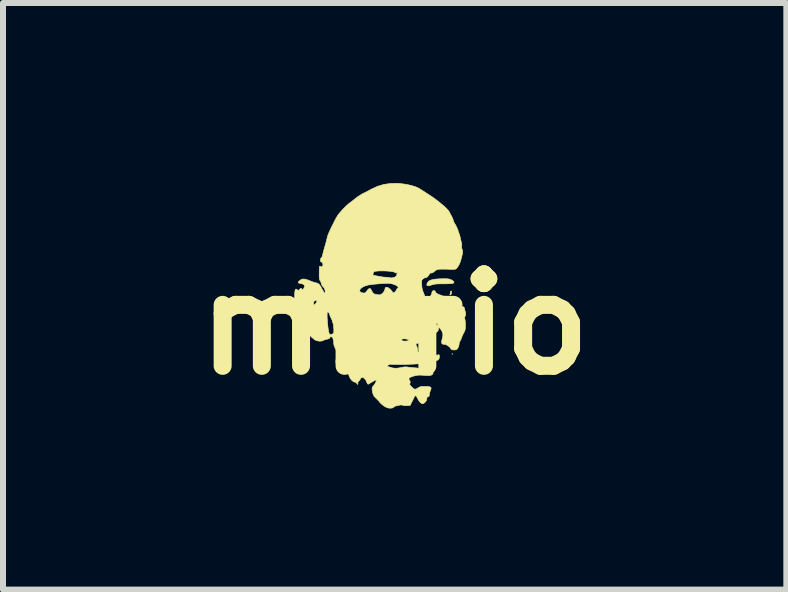
<source format=kicad_pcb>
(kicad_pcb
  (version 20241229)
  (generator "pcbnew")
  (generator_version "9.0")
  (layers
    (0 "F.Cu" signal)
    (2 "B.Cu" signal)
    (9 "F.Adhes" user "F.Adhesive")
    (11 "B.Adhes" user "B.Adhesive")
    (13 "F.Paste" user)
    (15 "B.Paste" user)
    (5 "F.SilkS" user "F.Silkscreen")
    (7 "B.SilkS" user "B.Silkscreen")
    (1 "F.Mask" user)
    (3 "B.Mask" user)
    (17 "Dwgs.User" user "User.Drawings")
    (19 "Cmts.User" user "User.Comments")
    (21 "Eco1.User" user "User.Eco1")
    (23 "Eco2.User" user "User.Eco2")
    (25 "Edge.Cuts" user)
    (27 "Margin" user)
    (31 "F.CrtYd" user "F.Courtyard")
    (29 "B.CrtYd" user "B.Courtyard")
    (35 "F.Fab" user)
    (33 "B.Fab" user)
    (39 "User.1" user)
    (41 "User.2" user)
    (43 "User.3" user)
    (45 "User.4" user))
  (footprint "mbrio"
    (layer "F.Cu")
    (at 3.527 2.357)
    (property "Reference" "mbrio" (at 0 0 0) (layer "F.SilkS") (effects (font (size 1.524 1.524) (thickness 0.3))))
    (attr through_hole)
    (fp_poly (pts (xy 0.962 0.485) (xy 0.963 0.495) (xy 0.962 0.497) (xy 0.957 0.496) (xy 0.957 0.491) (xy 0.96 0.484) (xy 0.962 0.485)) (stroke (width 0.01) (type solid)) (fill yes) (layer "F.SilkS"))
    (fp_poly (pts (xy 0.946 -0.552) (xy 0.948 -0.535) (xy 0.946 -0.517) (xy 0.939 -0.502) (xy 0.938 -0.501) (xy 0.925 -0.492) (xy 0.919 -0.495) (xy 0.923 -0.507) (xy 0.93 -0.529) (xy 0.931 -0.541) (xy 0.935 -0.555) (xy 0.94 -0.559) (xy 0.946 -0.552)) (stroke (width 0.01) (type solid)) (fill yes) (layer "F.SilkS"))
    (fp_poly (pts (xy 0.851 -0.762) (xy 0.882 -0.76) (xy 0.906 -0.757) (xy 0.925 -0.751) (xy 0.944 -0.743) (xy 0.949 -0.741) (xy 0.977 -0.723) (xy 0.989 -0.707) (xy 0.985 -0.694) (xy 0.974 -0.686) (xy 0.96 -0.683) (xy 0.932 -0.68) (xy 0.892 -0.679) (xy 0.843 -0.677) (xy 0.815 -0.677) (xy 0.759 -0.677) (xy 0.716 -0.676) (xy 0.684 -0.674) (xy 0.659 -0.67) (xy 0.637 -0.665) (xy 0.622 -0.66) (xy 0.584 -0.649) (xy 0.558 -0.644) (xy 0.543 -0.647) (xy 0.537 -0.655) (xy 0.537 -0.674) (xy 0.548 -0.697) (xy 0.565 -0.718) (xy 0.582 -0.731) (xy 0.62 -0.745) (xy 0.673 -0.755) (xy 0.74 -0.76) (xy 0.806 -0.762) (xy 0.851 -0.762)) (stroke (width 0.01) (type solid)) (fill yes) (layer "F.SilkS"))
    (fp_poly (pts (xy 0.15 -2.341) (xy 0.221 -2.329) (xy 0.286 -2.313) (xy 0.341 -2.297) (xy 0.384 -2.279) (xy 0.394 -2.274) (xy 0.411 -2.264) (xy 0.44 -2.246) (xy 0.478 -2.222) (xy 0.521 -2.194) (xy 0.568 -2.164) (xy 0.576 -2.159) (xy 0.637 -2.118) (xy 0.697 -2.074) (xy 0.753 -2.03) (xy 0.804 -1.988) (xy 0.848 -1.948) (xy 0.883 -1.912) (xy 0.906 -1.883) (xy 0.915 -1.867) (xy 0.926 -1.844) (xy 0.941 -1.816) (xy 0.949 -1.803) (xy 0.963 -1.775) (xy 0.974 -1.745) (xy 0.977 -1.734) (xy 0.986 -1.707) (xy 0.999 -1.683) (xy 1 -1.682) (xy 1.012 -1.663) (xy 1.026 -1.636) (xy 1.04 -1.606) (xy 1.052 -1.579) (xy 1.058 -1.559) (xy 1.058 -1.556) (xy 1.062 -1.541) (xy 1.071 -1.521) (xy 1.079 -1.5) (xy 1.088 -1.47) (xy 1.093 -1.445) (xy 1.1 -1.412) (xy 1.108 -1.38) (xy 1.113 -1.363) (xy 1.119 -1.326) (xy 1.116 -1.308) (xy 1.115 -1.279) (xy 1.123 -1.254) (xy 1.129 -1.237) (xy 1.132 -1.219) (xy 1.131 -1.196) (xy 1.126 -1.165) (xy 1.116 -1.122) (xy 1.115 -1.118) (xy 1.098 -1.056) (xy 1.079 -1.008) (xy 1.057 -0.968) (xy 1.031 -0.934) (xy 1.024 -0.928) (xy 1.016 -0.923) (xy 1.004 -0.92) (xy 0.985 -0.919) (xy 0.957 -0.919) (xy 0.917 -0.919) (xy 0.876 -0.921) (xy 0.817 -0.922) (xy 0.771 -0.922) (xy 0.737 -0.92) (xy 0.711 -0.914) (xy 0.69 -0.905) (xy 0.671 -0.892) (xy 0.655 -0.878) (xy 0.631 -0.861) (xy 0.612 -0.857) (xy 0.609 -0.858) (xy 0.594 -0.857) (xy 0.582 -0.845) (xy 0.577 -0.836) (xy 0.554 -0.802) (xy 0.531 -0.783) (xy 0.512 -0.779) (xy 0.491 -0.773) (xy 0.47 -0.759) (xy 0.469 -0.757) (xy 0.458 -0.746) (xy 0.452 -0.734) (xy 0.449 -0.718) (xy 0.449 -0.693) (xy 0.451 -0.662) (xy 0.453 -0.627) (xy 0.458 -0.597) (xy 0.466 -0.566) (xy 0.479 -0.53) (xy 0.495 -0.491) (xy 0.516 -0.438) (xy 0.533 -0.399) (xy 0.544 -0.369) (xy 0.551 -0.348) (xy 0.556 -0.332) (xy 0.558 -0.319) (xy 0.558 -0.307) (xy 0.558 -0.3) (xy 0.563 -0.26) (xy 0.573 -0.227) (xy 0.589 -0.206) (xy 0.594 -0.203) (xy 0.604 -0.199) (xy 0.608 -0.205) (xy 0.61 -0.224) (xy 0.61 -0.228) (xy 0.607 -0.256) (xy 0.603 -0.275) (xy 1.03 -0.275) (xy 1.033 -0.27) (xy 1.044 -0.265) (xy 1.068 -0.259) (xy 1.084 -0.255) (xy 1.094 -0.258) (xy 1.1 -0.262) (xy 1.106 -0.269) (xy 1.098 -0.275) (xy 1.088 -0.279) (xy 1.062 -0.286) (xy 1.042 -0.285) (xy 1.031 -0.276) (xy 1.03 -0.275) (xy 0.603 -0.275) (xy 0.602 -0.282) (xy 0.601 -0.285) (xy 0.596 -0.304) (xy 0.591 -0.334) (xy 0.586 -0.371) (xy 0.584 -0.385) (xy 0.581 -0.421) (xy 0.58 -0.445) (xy 0.582 -0.459) (xy 0.587 -0.468) (xy 0.596 -0.476) (xy 0.598 -0.477) (xy 0.615 -0.5) (xy 0.618 -0.517) (xy 0.623 -0.542) (xy 0.636 -0.559) (xy 0.652 -0.566) (xy 0.668 -0.56) (xy 0.68 -0.543) (xy 0.688 -0.528) (xy 0.704 -0.515) (xy 0.731 -0.502) (xy 0.744 -0.497) (xy 0.775 -0.486) (xy 0.802 -0.476) (xy 0.819 -0.47) (xy 0.834 -0.461) (xy 0.838 -0.452) (xy 0.845 -0.441) (xy 0.863 -0.429) (xy 0.868 -0.426) (xy 0.89 -0.411) (xy 0.897 -0.394) (xy 0.897 -0.393) (xy 0.905 -0.376) (xy 0.927 -0.364) (xy 0.96 -0.357) (xy 1.002 -0.357) (xy 1.036 -0.357) (xy 1.057 -0.352) (xy 1.066 -0.34) (xy 1.067 -0.331) (xy 1.074 -0.317) (xy 1.093 -0.306) (xy 1.119 -0.298) (xy 1.135 -0.296) (xy 1.153 -0.29) (xy 1.163 -0.27) (xy 1.165 -0.259) (xy 1.169 -0.24) (xy 1.176 -0.214) (xy 1.178 -0.206) (xy 1.184 -0.18) (xy 1.182 -0.16) (xy 1.174 -0.14) (xy 1.166 -0.116) (xy 1.167 -0.096) (xy 1.17 -0.087) (xy 1.174 -0.068) (xy 1.177 -0.038) (xy 1.179 -0.001) (xy 1.179 0.014) (xy 1.178 0.052) (xy 1.176 0.079) (xy 1.17 0.101) (xy 1.16 0.124) (xy 1.149 0.145) (xy 1.132 0.178) (xy 1.118 0.211) (xy 1.11 0.234) (xy 1.101 0.258) (xy 1.091 0.276) (xy 1.088 0.279) (xy 1.079 0.295) (xy 1.075 0.317) (xy 1.075 0.319) (xy 1.07 0.352) (xy 1.058 0.384) (xy 1.041 0.41) (xy 1.033 0.417) (xy 1.015 0.423) (xy 0.989 0.425) (xy 0.981 0.425) (xy 0.956 0.421) (xy 0.942 0.412) (xy 0.931 0.395) (xy 0.913 0.373) (xy 0.885 0.352) (xy 0.852 0.336) (xy 0.822 0.33) (xy 0.821 0.33) (xy 0.797 0.327) (xy 0.785 0.314) (xy 0.782 0.291) (xy 0.788 0.256) (xy 0.79 0.25) (xy 0.8 0.208) (xy 0.804 0.176) (xy 0.801 0.15) (xy 0.792 0.122) (xy 0.791 0.12) (xy 0.778 0.095) (xy 0.761 0.072) (xy 0.745 0.056) (xy 0.735 0.051) (xy 0.73 0.058) (xy 0.728 0.076) (xy 0.728 0.079) (xy 0.726 0.096) (xy 0.717 0.112) (xy 0.698 0.129) (xy 0.687 0.138) (xy 0.661 0.159) (xy 0.63 0.187) (xy 0.598 0.218) (xy 0.587 0.229) (xy 0.556 0.259) (xy 0.53 0.28) (xy 0.503 0.294) (xy 0.471 0.302) (xy 0.429 0.308) (xy 0.413 0.31) (xy 0.382 0.313) (xy 0.365 0.318) (xy 0.357 0.324) (xy 0.356 0.333) (xy 0.361 0.355) (xy 0.369 0.368) (xy 0.377 0.387) (xy 0.381 0.413) (xy 0.381 0.42) (xy 0.384 0.445) (xy 0.391 0.463) (xy 0.401 0.471) (xy 0.412 0.465) (xy 0.412 0.464) (xy 0.419 0.449) (xy 0.426 0.426) (xy 0.428 0.419) (xy 0.436 0.385) (xy 0.483 0.383) (xy 0.525 0.381) (xy 0.555 0.385) (xy 0.579 0.396) (xy 0.6 0.416) (xy 0.625 0.448) (xy 0.627 0.45) (xy 0.647 0.476) (xy 0.663 0.495) (xy 0.673 0.504) (xy 0.675 0.505) (xy 0.685 0.505) (xy 0.691 0.509) (xy 0.706 0.513) (xy 0.713 0.511) (xy 0.731 0.503) (xy 0.741 0.508) (xy 0.745 0.527) (xy 0.745 0.537) (xy 0.742 0.564) (xy 0.732 0.583) (xy 0.712 0.597) (xy 0.68 0.607) (xy 0.646 0.614) (xy 0.603 0.622) (xy 0.558 0.631) (xy 0.52 0.638) (xy 0.467 0.647) (xy 0.4 0.655) (xy 0.322 0.66) (xy 0.235 0.664) (xy 0.144 0.667) (xy 0.05 0.667) (xy -0.043 0.665) (xy -0.132 0.662) (xy -0.215 0.656) (xy -0.216 0.656) (xy -0.266 0.654) (xy -0.304 0.657) (xy -0.331 0.665) (xy -0.342 0.678) (xy -0.343 0.682) (xy -0.342 0.689) (xy -0.337 0.693) (xy -0.326 0.696) (xy -0.306 0.697) (xy -0.273 0.697) (xy -0.237 0.696) (xy -0.187 0.695) (xy -0.15 0.696) (xy -0.122 0.699) (xy -0.099 0.705) (xy -0.093 0.707) (xy -0.038 0.724) (xy 0.011 0.73) (xy 0.063 0.726) (xy 0.099 0.719) (xy 0.139 0.711) (xy 0.171 0.707) (xy 0.202 0.708) (xy 0.23 0.712) (xy 0.262 0.716) (xy 0.306 0.72) (xy 0.356 0.724) (xy 0.406 0.728) (xy 0.415 0.728) (xy 0.461 0.731) (xy 0.502 0.734) (xy 0.535 0.738) (xy 0.556 0.74) (xy 0.56 0.741) (xy 0.579 0.75) (xy 0.602 0.768) (xy 0.614 0.78) (xy 0.633 0.799) (xy 0.64 0.811) (xy 0.639 0.82) (xy 0.631 0.829) (xy 0.618 0.84) (xy 0.601 0.848) (xy 0.577 0.851) (xy 0.543 0.851) (xy 0.496 0.849) (xy 0.479 0.847) (xy 0.43 0.844) (xy 0.389 0.845) (xy 0.351 0.851) (xy 0.31 0.862) (xy 0.26 0.88) (xy 0.256 0.881) (xy 0.24 0.894) (xy 0.239 0.915) (xy 0.251 0.939) (xy 0.26 0.957) (xy 0.256 0.976) (xy 0.255 0.98) (xy 0.25 0.993) (xy 0.252 1.005) (xy 0.263 1.02) (xy 0.281 1.039) (xy 0.308 1.064) (xy 0.328 1.077) (xy 0.348 1.079) (xy 0.37 1.07) (xy 0.387 1.059) (xy 0.407 1.047) (xy 0.424 1.039) (xy 0.444 1.035) (xy 0.472 1.033) (xy 0.505 1.033) (xy 0.545 1.034) (xy 0.572 1.036) (xy 0.589 1.041) (xy 0.596 1.046) (xy 0.604 1.054) (xy 0.608 1.06) (xy 0.607 1.069) (xy 0.601 1.086) (xy 0.593 1.107) (xy 0.583 1.137) (xy 0.577 1.165) (xy 0.576 1.177) (xy 0.573 1.196) (xy 0.563 1.202) (xy 0.56 1.202) (xy 0.543 1.209) (xy 0.535 1.231) (xy 0.533 1.25) (xy 0.527 1.271) (xy 0.511 1.293) (xy 0.49 1.311) (xy 0.471 1.321) (xy 0.467 1.321) (xy 0.442 1.313) (xy 0.416 1.289) (xy 0.392 1.251) (xy 0.384 1.236) (xy 0.367 1.204) (xy 0.352 1.189) (xy 0.339 1.19) (xy 0.33 1.202) (xy 0.323 1.215) (xy 0.312 1.239) (xy 0.297 1.27) (xy 0.29 1.283) (xy 0.257 1.35) (xy 0.207 1.353) (xy 0.176 1.353) (xy 0.148 1.35) (xy 0.136 1.346) (xy 0.113 1.341) (xy 0.083 1.344) (xy 0.071 1.347) (xy 0.044 1.353) (xy 0.022 1.358) (xy 0.015 1.359) (xy -0.001 1.367) (xy -0.016 1.379) (xy -0.042 1.393) (xy -0.08 1.395) (xy -0.106 1.392) (xy -0.148 1.377) (xy -0.191 1.35) (xy -0.23 1.317) (xy -0.247 1.298) (xy -0.271 1.269) (xy -0.297 1.243) (xy -0.314 1.227) (xy -0.345 1.193) (xy -0.365 1.146) (xy -0.375 1.09) (xy -0.376 1.063) (xy -0.371 1.045) (xy -0.358 1.027) (xy -0.351 1.019) (xy -0.334 0.997) (xy -0.319 0.972) (xy -0.309 0.949) (xy -0.305 0.931) (xy -0.307 0.926) (xy -0.316 0.928) (xy -0.335 0.936) (xy -0.36 0.948) (xy -0.386 0.963) (xy -0.409 0.977) (xy -0.425 0.988) (xy -0.425 0.988) (xy -0.44 0.996) (xy -0.452 0.99) (xy -0.463 0.969) (xy -0.467 0.956) (xy -0.481 0.927) (xy -0.502 0.902) (xy -0.526 0.885) (xy -0.543 0.881) (xy -0.559 0.889) (xy -0.571 0.908) (xy -0.584 0.93) (xy -0.6 0.946) (xy -0.601 0.946) (xy -0.613 0.96) (xy -0.613 0.978) (xy -0.613 0.995) (xy -0.619 0.999) (xy -0.628 0.988) (xy -0.631 0.982) (xy -0.641 0.968) (xy -0.649 0.965) (xy -0.68 0.957) (xy -0.71 0.936) (xy -0.736 0.905) (xy -0.74 0.898) (xy -0.752 0.874) (xy -0.76 0.855) (xy -0.762 0.848) (xy -0.767 0.836) (xy -0.779 0.815) (xy -0.796 0.789) (xy -0.815 0.763) (xy -0.833 0.74) (xy -0.843 0.73) (xy -0.858 0.71) (xy -0.863 0.683) (xy -0.864 0.675) (xy -0.871 0.632) (xy -0.893 0.595) (xy -0.922 0.571) (xy -0.943 0.553) (xy -0.956 0.531) (xy -0.96 0.51) (xy -0.953 0.498) (xy -0.95 0.49) (xy -0.952 0.477) (xy -0.96 0.455) (xy -0.977 0.422) (xy -0.979 0.417) (xy -0.998 0.379) (xy -1.009 0.351) (xy -1.015 0.326) (xy -1.016 0.299) (xy -1.02 0.262) (xy -1.023 0.252) (xy 0.112 0.252) (xy 0.119 0.264) (xy 0.123 0.268) (xy 0.142 0.276) (xy 0.172 0.278) (xy 0.184 0.277) (xy 0.21 0.274) (xy 0.229 0.27) (xy 0.234 0.268) (xy 0.236 0.258) (xy 0.223 0.25) (xy 0.197 0.243) (xy 0.177 0.24) (xy 0.143 0.24) (xy 0.121 0.244) (xy 0.112 0.252) (xy -1.023 0.252) (xy -1.029 0.231) (xy -1.044 0.21) (xy -1.06 0.203) (xy -1.073 0.207) (xy -1.075 0.211) (xy -1.083 0.227) (xy -1.101 0.239) (xy -1.125 0.245) (xy -1.129 0.246) (xy -1.155 0.25) (xy -1.181 0.262) (xy -1.181 0.262) (xy -1.215 0.276) (xy -1.256 0.278) (xy -1.299 0.27) (xy -1.317 0.263) (xy -1.345 0.245) (xy -1.378 0.217) (xy -1.414 0.182) (xy -1.447 0.143) (xy -1.476 0.104) (xy -1.485 0.091) (xy -1.503 0.055) (xy -1.519 0.013) (xy -1.528 -0.015) (xy -1.542 -0.071) (xy -1.553 -0.114) (xy -1.563 -0.147) (xy -1.564 -0.149) (xy -1.126 -0.149) (xy -1.125 -0.108) (xy -1.122 -0.062) (xy -1.118 -0.013) (xy -1.113 0.035) (xy -1.107 0.08) (xy -1.101 0.118) (xy -1.099 0.125) (xy -1.09 0.154) (xy -1.077 0.168) (xy -1.057 0.168) (xy -1.033 0.157) (xy -1.023 0.151) (xy -1.017 0.141) (xy -1.014 0.126) (xy -1.014 0.1) (xy -1.014 0.076) (xy -1.021 0.002) (xy -1.042 -0.069) (xy -1.042 -0.07) (xy 0.66 -0.07) (xy 0.66 -0.054) (xy 0.667 -0.033) (xy 0.68 -0.01) (xy 0.696 0.01) (xy 0.701 0.015) (xy 0.715 0.024) (xy 0.719 0.021) (xy 0.717 0.003) (xy 0.717 -0.001) (xy 0.709 -0.023) (xy 0.696 -0.047) (xy 0.682 -0.066) (xy 0.67 -0.076) (xy 0.668 -0.076) (xy 0.66 -0.07) (xy -1.042 -0.07) (xy -1.066 -0.122) (xy -1.077 -0.146) (xy -1.083 -0.164) (xy -1.084 -0.168) (xy -1.089 -0.184) (xy -1.101 -0.2) (xy -1.115 -0.211) (xy -1.119 -0.212) (xy -1.123 -0.204) (xy -1.125 -0.182) (xy -1.126 -0.149) (xy -1.564 -0.149) (xy -1.571 -0.173) (xy -1.58 -0.194) (xy -1.589 -0.215) (xy -1.596 -0.229) (xy -1.612 -0.263) (xy -1.629 -0.307) (xy -1.642 -0.346) (xy -1.353 -0.346) (xy -1.351 -0.332) (xy -1.346 -0.325) (xy -1.338 -0.327) (xy -1.324 -0.341) (xy -1.32 -0.345) (xy -1.305 -0.365) (xy -1.296 -0.381) (xy -1.295 -0.385) (xy -1.301 -0.399) (xy -1.313 -0.403) (xy -1.329 -0.398) (xy -1.344 -0.384) (xy -1.351 -0.368) (xy -1.353 -0.346) (xy -1.642 -0.346) (xy -1.644 -0.35) (xy -1.646 -0.359) (xy -1.659 -0.403) (xy -1.665 -0.439) (xy -1.667 -0.474) (xy -1.667 -0.505) (xy -1.663 -0.549) (xy -1.657 -0.576) (xy -1.649 -0.589) (xy -1.636 -0.588) (xy -1.624 -0.578) (xy -1.606 -0.56) (xy -1.59 -0.581) (xy -1.572 -0.597) (xy -1.555 -0.6) (xy -1.544 -0.589) (xy -1.544 -0.588) (xy -1.537 -0.577) (xy -1.528 -0.581) (xy -1.516 -0.599) (xy -1.511 -0.61) (xy -1.502 -0.632) (xy -1.5 -0.644) (xy -1.506 -0.654) (xy -1.513 -0.662) (xy -1.535 -0.675) (xy -1.567 -0.683) (xy -1.57 -0.684) (xy -1.597 -0.689) (xy -1.607 -0.698) (xy -1.602 -0.713) (xy -1.583 -0.731) (xy -1.561 -0.747) (xy -1.537 -0.756) (xy -1.511 -0.757) (xy -1.478 -0.751) (xy -1.435 -0.737) (xy -1.384 -0.716) (xy -1.354 -0.705) (xy -1.327 -0.697) (xy -1.311 -0.694) (xy -1.282 -0.686) (xy -1.254 -0.664) (xy -1.231 -0.63) (xy -1.23 -0.629) (xy -1.217 -0.602) (xy -1.199 -0.571) (xy -1.19 -0.555) (xy -1.176 -0.532) (xy -1.168 -0.522) (xy -1.163 -0.523) (xy -1.158 -0.534) (xy -1.158 -0.536) (xy -1.157 -0.558) (xy -1.16 -0.567) (xy -0.584 -0.567) (xy -0.58 -0.549) (xy -0.562 -0.535) (xy -0.559 -0.533) (xy -0.526 -0.524) (xy -0.498 -0.525) (xy -0.48 -0.535) (xy -0.479 -0.538) (xy -0.46 -0.565) (xy -0.439 -0.587) (xy -0.422 -0.6) (xy -0.416 -0.601) (xy -0.402 -0.593) (xy -0.387 -0.57) (xy -0.382 -0.56) (xy -0.369 -0.535) (xy -0.354 -0.518) (xy -0.333 -0.506) (xy -0.302 -0.499) (xy -0.258 -0.493) (xy -0.255 -0.492) (xy -0.241 -0.496) (xy -0.22 -0.506) (xy -0.216 -0.508) (xy -0.193 -0.528) (xy -0.174 -0.556) (xy -0.162 -0.584) (xy -0.161 -0.595) (xy -0.155 -0.614) (xy -0.138 -0.621) (xy -0.115 -0.616) (xy -0.112 -0.615) (xy -0.092 -0.601) (xy -0.069 -0.58) (xy -0.048 -0.557) (xy -0.034 -0.538) (xy -0.033 -0.534) (xy -0.024 -0.528) (xy -0.009 -0.532) (xy 0.007 -0.544) (xy 0.021 -0.56) (xy 0.025 -0.569) (xy 0.035 -0.588) (xy 0.046 -0.598) (xy 0.057 -0.61) (xy 0.059 -0.619) (xy 0.051 -0.633) (xy 0.031 -0.649) (xy 0.00006 -0.663) (xy -0.036 -0.675) (xy -0.075 -0.683) (xy -0.111 -0.686) (xy -0.156 -0.685) (xy -0.211 -0.682) (xy -0.271 -0.677) (xy -0.33 -0.672) (xy -0.384 -0.665) (xy -0.428 -0.659) (xy -0.442 -0.657) (xy -0.487 -0.644) (xy -0.525 -0.628) (xy -0.555 -0.608) (xy -0.575 -0.587) (xy -0.584 -0.567) (xy -1.16 -0.567) (xy -1.165 -0.587) (xy -1.179 -0.613) (xy -1.196 -0.632) (xy -1.199 -0.633) (xy -1.208 -0.645) (xy -1.218 -0.668) (xy -1.22 -0.678) (xy -1.229 -0.705) (xy -1.239 -0.726) (xy -1.243 -0.731) (xy -1.249 -0.74) (xy -1.253 -0.755) (xy -1.256 -0.777) (xy -1.257 -0.811) (xy -1.257 -0.828) (xy -0.362 -0.828) (xy -0.354 -0.82) (xy -0.346 -0.818) (xy -0.328 -0.815) (xy -0.3 -0.809) (xy -0.265 -0.802) (xy -0.258 -0.801) (xy -0.219 -0.794) (xy -0.181 -0.789) (xy -0.15 -0.787) (xy -0.148 -0.787) (xy -0.118 -0.785) (xy -0.093 -0.781) (xy -0.085 -0.779) (xy -0.051 -0.775) (xy -0.012 -0.783) (xy 0.011 -0.793) (xy 0.03 -0.809) (xy 0.034 -0.824) (xy 0.038 -0.844) (xy 0.044 -0.854) (xy 0.05 -0.862) (xy 0.042 -0.861) (xy 0.035 -0.86) (xy 0.014 -0.859) (xy 0.006 -0.866) (xy -0.009 -0.874) (xy -0.037 -0.881) (xy -0.075 -0.886) (xy -0.12 -0.89) (xy -0.168 -0.892) (xy -0.217 -0.893) (xy -0.262 -0.892) (xy -0.301 -0.889) (xy -0.33 -0.885) (xy -0.346 -0.878) (xy -0.346 -0.877) (xy -0.354 -0.862) (xy -0.36 -0.845) (xy -0.362 -0.828) (xy -1.257 -0.828) (xy -1.257 -0.855) (xy -1.257 -0.897) (xy -1.256 -0.932) (xy -1.254 -0.957) (xy -1.251 -0.969) (xy -1.251 -0.97) (xy -1.241 -0.97) (xy -1.232 -0.965) (xy -1.218 -0.959) (xy -1.206 -0.965) (xy -1.197 -0.982) (xy -1.195 -1.004) (xy -1.202 -1.025) (xy -1.214 -1.039) (xy -1.224 -1.041) (xy -1.233 -1.048) (xy -1.237 -1.065) (xy -1.235 -1.086) (xy -1.229 -1.105) (xy -1.22 -1.115) (xy -1.207 -1.131) (xy -1.2 -1.157) (xy -1.196 -1.18) (xy -1.188 -1.213) (xy -1.177 -1.251) (xy -1.173 -1.266) (xy -1.16 -1.31) (xy -1.146 -1.359) (xy -1.135 -1.402) (xy -1.133 -1.41) (xy -1.126 -1.44) (xy -1.119 -1.465) (xy -1.112 -1.488) (xy -1.103 -1.512) (xy -1.091 -1.539) (xy -1.075 -1.573) (xy -1.055 -1.617) (xy -1.027 -1.672) (xy -1.001 -1.725) (xy -0.98 -1.766) (xy -0.961 -1.798) (xy -0.943 -1.826) (xy -0.923 -1.852) (xy -0.898 -1.88) (xy -0.881 -1.9) (xy -0.848 -1.935) (xy -0.815 -1.968) (xy -0.786 -1.995) (xy -0.764 -2.014) (xy -0.763 -2.014) (xy -0.737 -2.034) (xy -0.704 -2.059) (xy -0.669 -2.087) (xy -0.655 -2.099) (xy -0.617 -2.127) (xy -0.573 -2.156) (xy -0.532 -2.18) (xy -0.521 -2.186) (xy -0.479 -2.206) (xy -0.432 -2.23) (xy -0.39 -2.254) (xy -0.385 -2.256) (xy -0.288 -2.301) (xy -0.183 -2.333) (xy -0.072 -2.349) (xy 0.045 -2.352) (xy 0.15 -2.341)) (stroke (width 0.01) (type solid)) (fill yes) (layer "F.SilkS")))
  (gr_rect
    (start -3 -3)
    (end 10.054 6.775)
    (stroke (width 0.1) (type default))
    (fill no)
    (layer "Edge.Cuts")))
</source>
